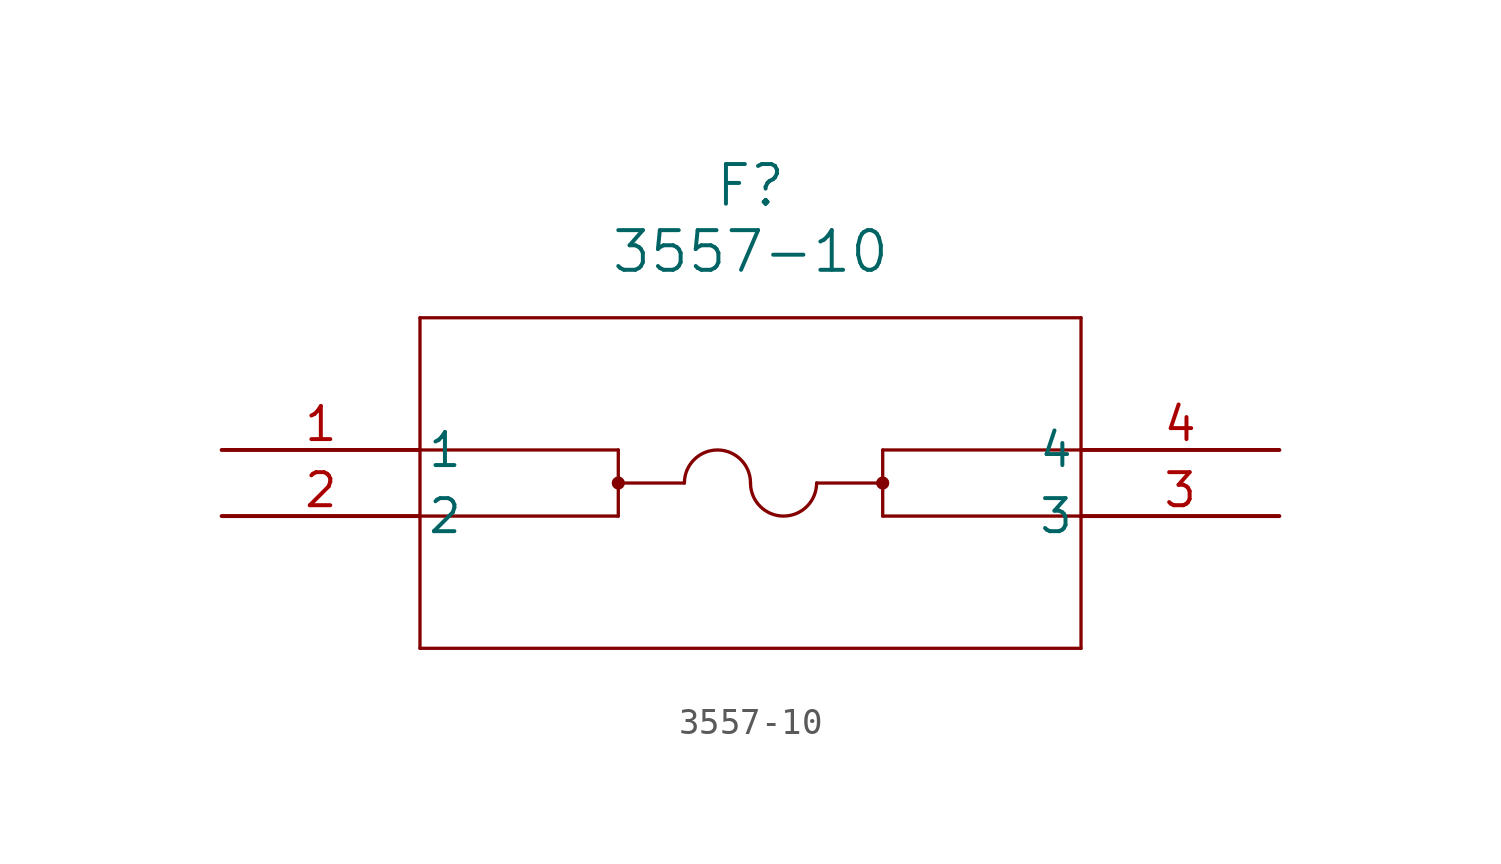
<source format=kicad_sym>
(kicad_symbol_lib
  (version 20231120)
  (generator "kicad_symbol_editor")
  (generator_version "8.0")
  (symbol "3557-10"
    (pin_names
      (offset 0.254))
    (property "Reference" "F"
      (at 20.32 10.16 0)
      (effects (font (size 1.524 1.524))))
    (property "Value" "3557-10"
      (at 20.32 7.62 0)
      (effects (font (size 1.524 1.524))))
    (property "ki_locked" ""
      (at 0 0 0)
      (effects (font (size 1.27 1.27))))
    (symbol "3557-10_0_1"
      (polyline (pts (xy 7.62 -7.62) (xy 33.02 -7.62)) (stroke (width 0.127) (type default)) (fill (type none)))
      (polyline (pts (xy 7.62 -2.54) (xy 15.24 -2.54)) (stroke (width 0.127) (type default)) (fill (type none)))
      (polyline (pts (xy 7.62 0) (xy 15.24 0)) (stroke (width 0.127) (type default)) (fill (type none)))
      (polyline (pts (xy 7.62 5.08) (xy 7.62 -7.62)) (stroke (width 0.127) (type default)) (fill (type none)))
      (polyline (pts (xy 15.24 -1.27) (xy 17.78 -1.27)) (stroke (width 0.127) (type default)) (fill (type none)))
      (polyline (pts (xy 15.24 0) (xy 15.24 -2.54)) (stroke (width 0.127) (type default)) (fill (type none)))
      (polyline (pts (xy 22.86 -1.27) (xy 25.4 -1.27)) (stroke (width 0.127) (type default)) (fill (type none)))
      (polyline (pts (xy 25.4 -2.54) (xy 25.4 0)) (stroke (width 0.127) (type default)) (fill (type none)))
      (polyline (pts (xy 25.4 0) (xy 33.02 0)) (stroke (width 0.127) (type default)) (fill (type none)))
      (polyline (pts (xy 33.02 -7.62) (xy 33.02 5.08)) (stroke (width 0.127) (type default)) (fill (type none)))
      (polyline (pts (xy 33.02 -2.54) (xy 25.4 -2.54)) (stroke (width 0.127) (type default)) (fill (type none)))
      (polyline (pts (xy 33.02 5.08) (xy 7.62 5.08)) (stroke (width 0.127) (type default)) (fill (type none)))
      (circle (center 15.24 -1.27) (radius 0.127) (stroke (width 0.254) (type default)) (fill (type none)))
      (arc (start 20.32 -1.27) (mid 19.05 -0.0055) (end 17.78 -1.27) (stroke (width 0.127) (type default)) (fill (type none)))
      (arc (start 20.32 -1.27) (mid 21.59 -2.5344) (end 22.86 -1.27) (stroke (width 0.127) (type default)) (fill (type none)))
      (circle (center 25.4 -1.27) (radius 0.127) (stroke (width 0.254) (type default)) (fill (type none)))
      (pin unspecified line (at 0 0 0) (length 7.62) (name "1" (effects (font (size 1.27 1.27)))) (number "1" (effects (font (size 1.27 1.27)))))
      (pin unspecified line (at 0 -2.54 0) (length 7.62) (name "2" (effects (font (size 1.27 1.27)))) (number "2" (effects (font (size 1.27 1.27)))))
      (pin unspecified line (at 40.64 -2.54 180) (length 7.62) (name "3" (effects (font (size 1.27 1.27)))) (number "3" (effects (font (size 1.27 1.27)))))
      (pin unspecified line (at 40.64 0 180) (length 7.62) (name "4" (effects (font (size 1.27 1.27)))) (number "4" (effects (font (size 1.27 1.27))))))))
</source>
